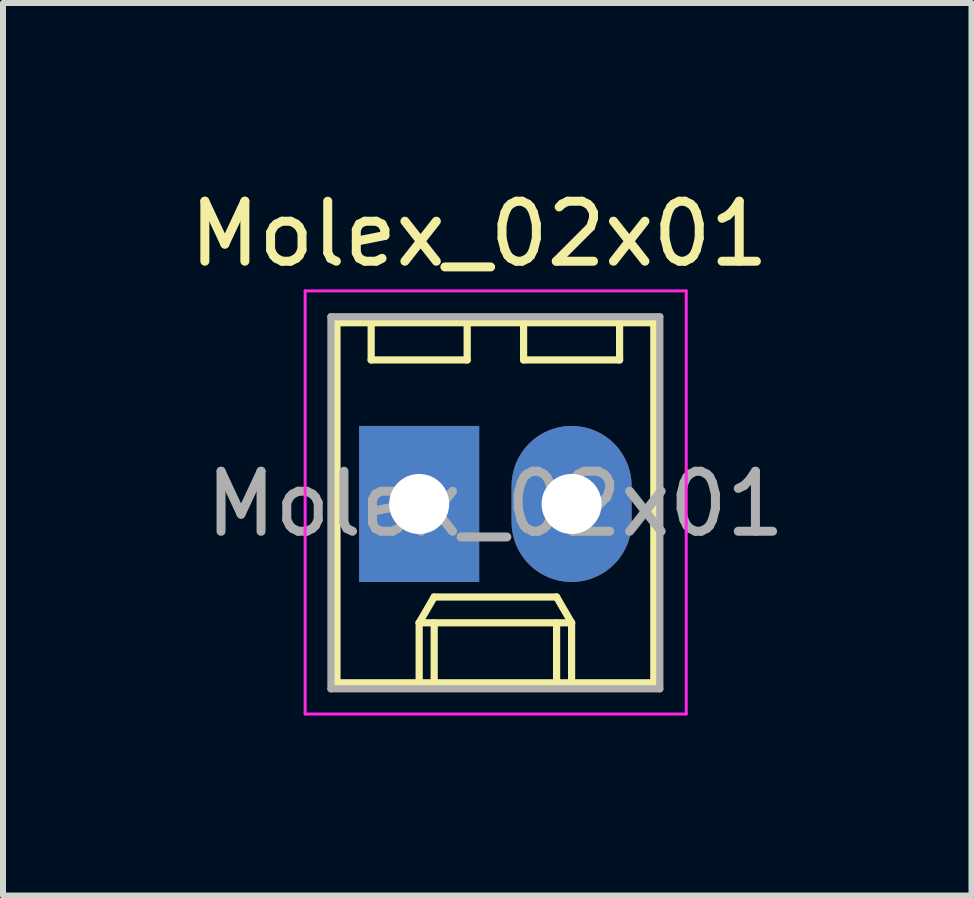
<source format=kicad_pcb>
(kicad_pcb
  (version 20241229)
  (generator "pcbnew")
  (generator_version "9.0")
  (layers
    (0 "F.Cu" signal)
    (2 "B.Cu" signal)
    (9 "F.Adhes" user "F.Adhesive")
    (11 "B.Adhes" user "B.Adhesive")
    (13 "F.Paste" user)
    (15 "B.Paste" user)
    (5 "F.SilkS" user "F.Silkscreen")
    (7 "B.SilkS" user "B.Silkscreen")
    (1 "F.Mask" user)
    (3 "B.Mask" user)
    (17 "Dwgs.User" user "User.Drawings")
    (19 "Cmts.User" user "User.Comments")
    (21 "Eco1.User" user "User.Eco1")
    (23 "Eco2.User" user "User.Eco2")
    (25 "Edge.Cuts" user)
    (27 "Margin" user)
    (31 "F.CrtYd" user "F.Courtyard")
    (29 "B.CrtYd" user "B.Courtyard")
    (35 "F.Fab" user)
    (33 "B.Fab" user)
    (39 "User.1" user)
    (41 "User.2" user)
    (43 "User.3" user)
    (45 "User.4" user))
  (footprint "Molex_02x01"
    (layer "F.Cu")
    (at 3.935 5.348)
    (property "Reference" "Molex_02x01" (at 1 -4.5 0) (layer "F.SilkS") (effects (font (size 1 1) (thickness 0.15))))
    (attr through_hole)
    (fp_line (start -1.37 -3.02) (end -1.37 2.98) (stroke (width 0.12) (type solid)) (layer "F.SilkS"))
    (fp_line (start -1.37 2.98) (end 3.91 2.98) (stroke (width 0.12) (type solid)) (layer "F.SilkS"))
    (fp_line (start -0.8 -3.02) (end -0.8 -2.4) (stroke (width 0.12) (type solid)) (layer "F.SilkS"))
    (fp_line (start -0.8 -2.4) (end 0.8 -2.4) (stroke (width 0.12) (type solid)) (layer "F.SilkS"))
    (fp_line (start 0 1.98) (end 0.25 1.55) (stroke (width 0.12) (type solid)) (layer "F.SilkS"))
    (fp_line (start 0 1.98) (end 2.54 1.98) (stroke (width 0.12) (type solid)) (layer "F.SilkS"))
    (fp_line (start 0 2.98) (end 0 1.98) (stroke (width 0.12) (type solid)) (layer "F.SilkS"))
    (fp_line (start 0.25 1.55) (end 2.29 1.55) (stroke (width 0.12) (type solid)) (layer "F.SilkS"))
    (fp_line (start 0.25 2.98) (end 0.25 1.98) (stroke (width 0.12) (type solid)) (layer "F.SilkS"))
    (fp_line (start 0.8 -2.4) (end 0.8 -3.02) (stroke (width 0.12) (type solid)) (layer "F.SilkS"))
    (fp_line (start 1.74 -3.02) (end 1.74 -2.4) (stroke (width 0.12) (type solid)) (layer "F.SilkS"))
    (fp_line (start 1.74 -2.4) (end 3.34 -2.4) (stroke (width 0.12) (type solid)) (layer "F.SilkS"))
    (fp_line (start 2.29 1.55) (end 2.54 1.98) (stroke (width 0.12) (type solid)) (layer "F.SilkS"))
    (fp_line (start 2.29 2.98) (end 2.29 1.98) (stroke (width 0.12) (type solid)) (layer "F.SilkS"))
    (fp_line (start 2.54 1.98) (end 2.54 2.98) (stroke (width 0.12) (type solid)) (layer "F.SilkS"))
    (fp_line (start 3.34 -2.4) (end 3.34 -3.02) (stroke (width 0.12) (type solid)) (layer "F.SilkS"))
    (fp_line (start 3.91 -3.02) (end -1.37 -3.02) (stroke (width 0.12) (type solid)) (layer "F.SilkS"))
    (fp_line (start 3.91 2.98) (end 3.91 -3.02) (stroke (width 0.12) (type solid)) (layer "F.SilkS"))
    (fp_line (start -1.9 -3.55) (end 4.45 -3.55) (stroke (width 0.05) (type solid)) (layer "F.CrtYd"))
    (fp_line (start -1.9 3.5) (end -1.9 -3.55) (stroke (width 0.05) (type solid)) (layer "F.CrtYd"))
    (fp_line (start 4.45 -3.55) (end 4.45 3.5) (stroke (width 0.05) (type solid)) (layer "F.CrtYd"))
    (fp_line (start 4.45 3.5) (end -1.9 3.5) (stroke (width 0.05) (type solid)) (layer "F.CrtYd"))
    (fp_line (start -1.47 -3.12) (end -1.47 3.08) (stroke (width 0.12) (type solid)) (layer "F.Fab"))
    (fp_line (start -1.47 3.08) (end 4.01 3.08) (stroke (width 0.12) (type solid)) (layer "F.Fab"))
    (fp_line (start 4.01 -3.12) (end -1.47 -3.12) (stroke (width 0.12) (type solid)) (layer "F.Fab"))
    (fp_line (start 4.01 3.08) (end 4.01 -3.12) (stroke (width 0.12) (type solid)) (layer "F.Fab"))
    (fp_text user "${REFERENCE}" (at 1.27 0 0) (layer "F.Fab") (effects (font (size 1 1) (thickness 0.15))))
    (pad "1" thru_hole rect (at 0 0) (size 2 2.6) (drill 1) (layers "*.Cu" "*.Mask"))
    (pad "2" thru_hole oval (at 2.54 0) (size 2 2.6) (drill 1) (layers "*.Cu" "*.Mask")))
  (gr_rect
    (start -3 -3)
    (end 13.139 11.873)
    (stroke (width 0.1) (type default))
    (fill no)
    (layer "Edge.Cuts")))
</source>
